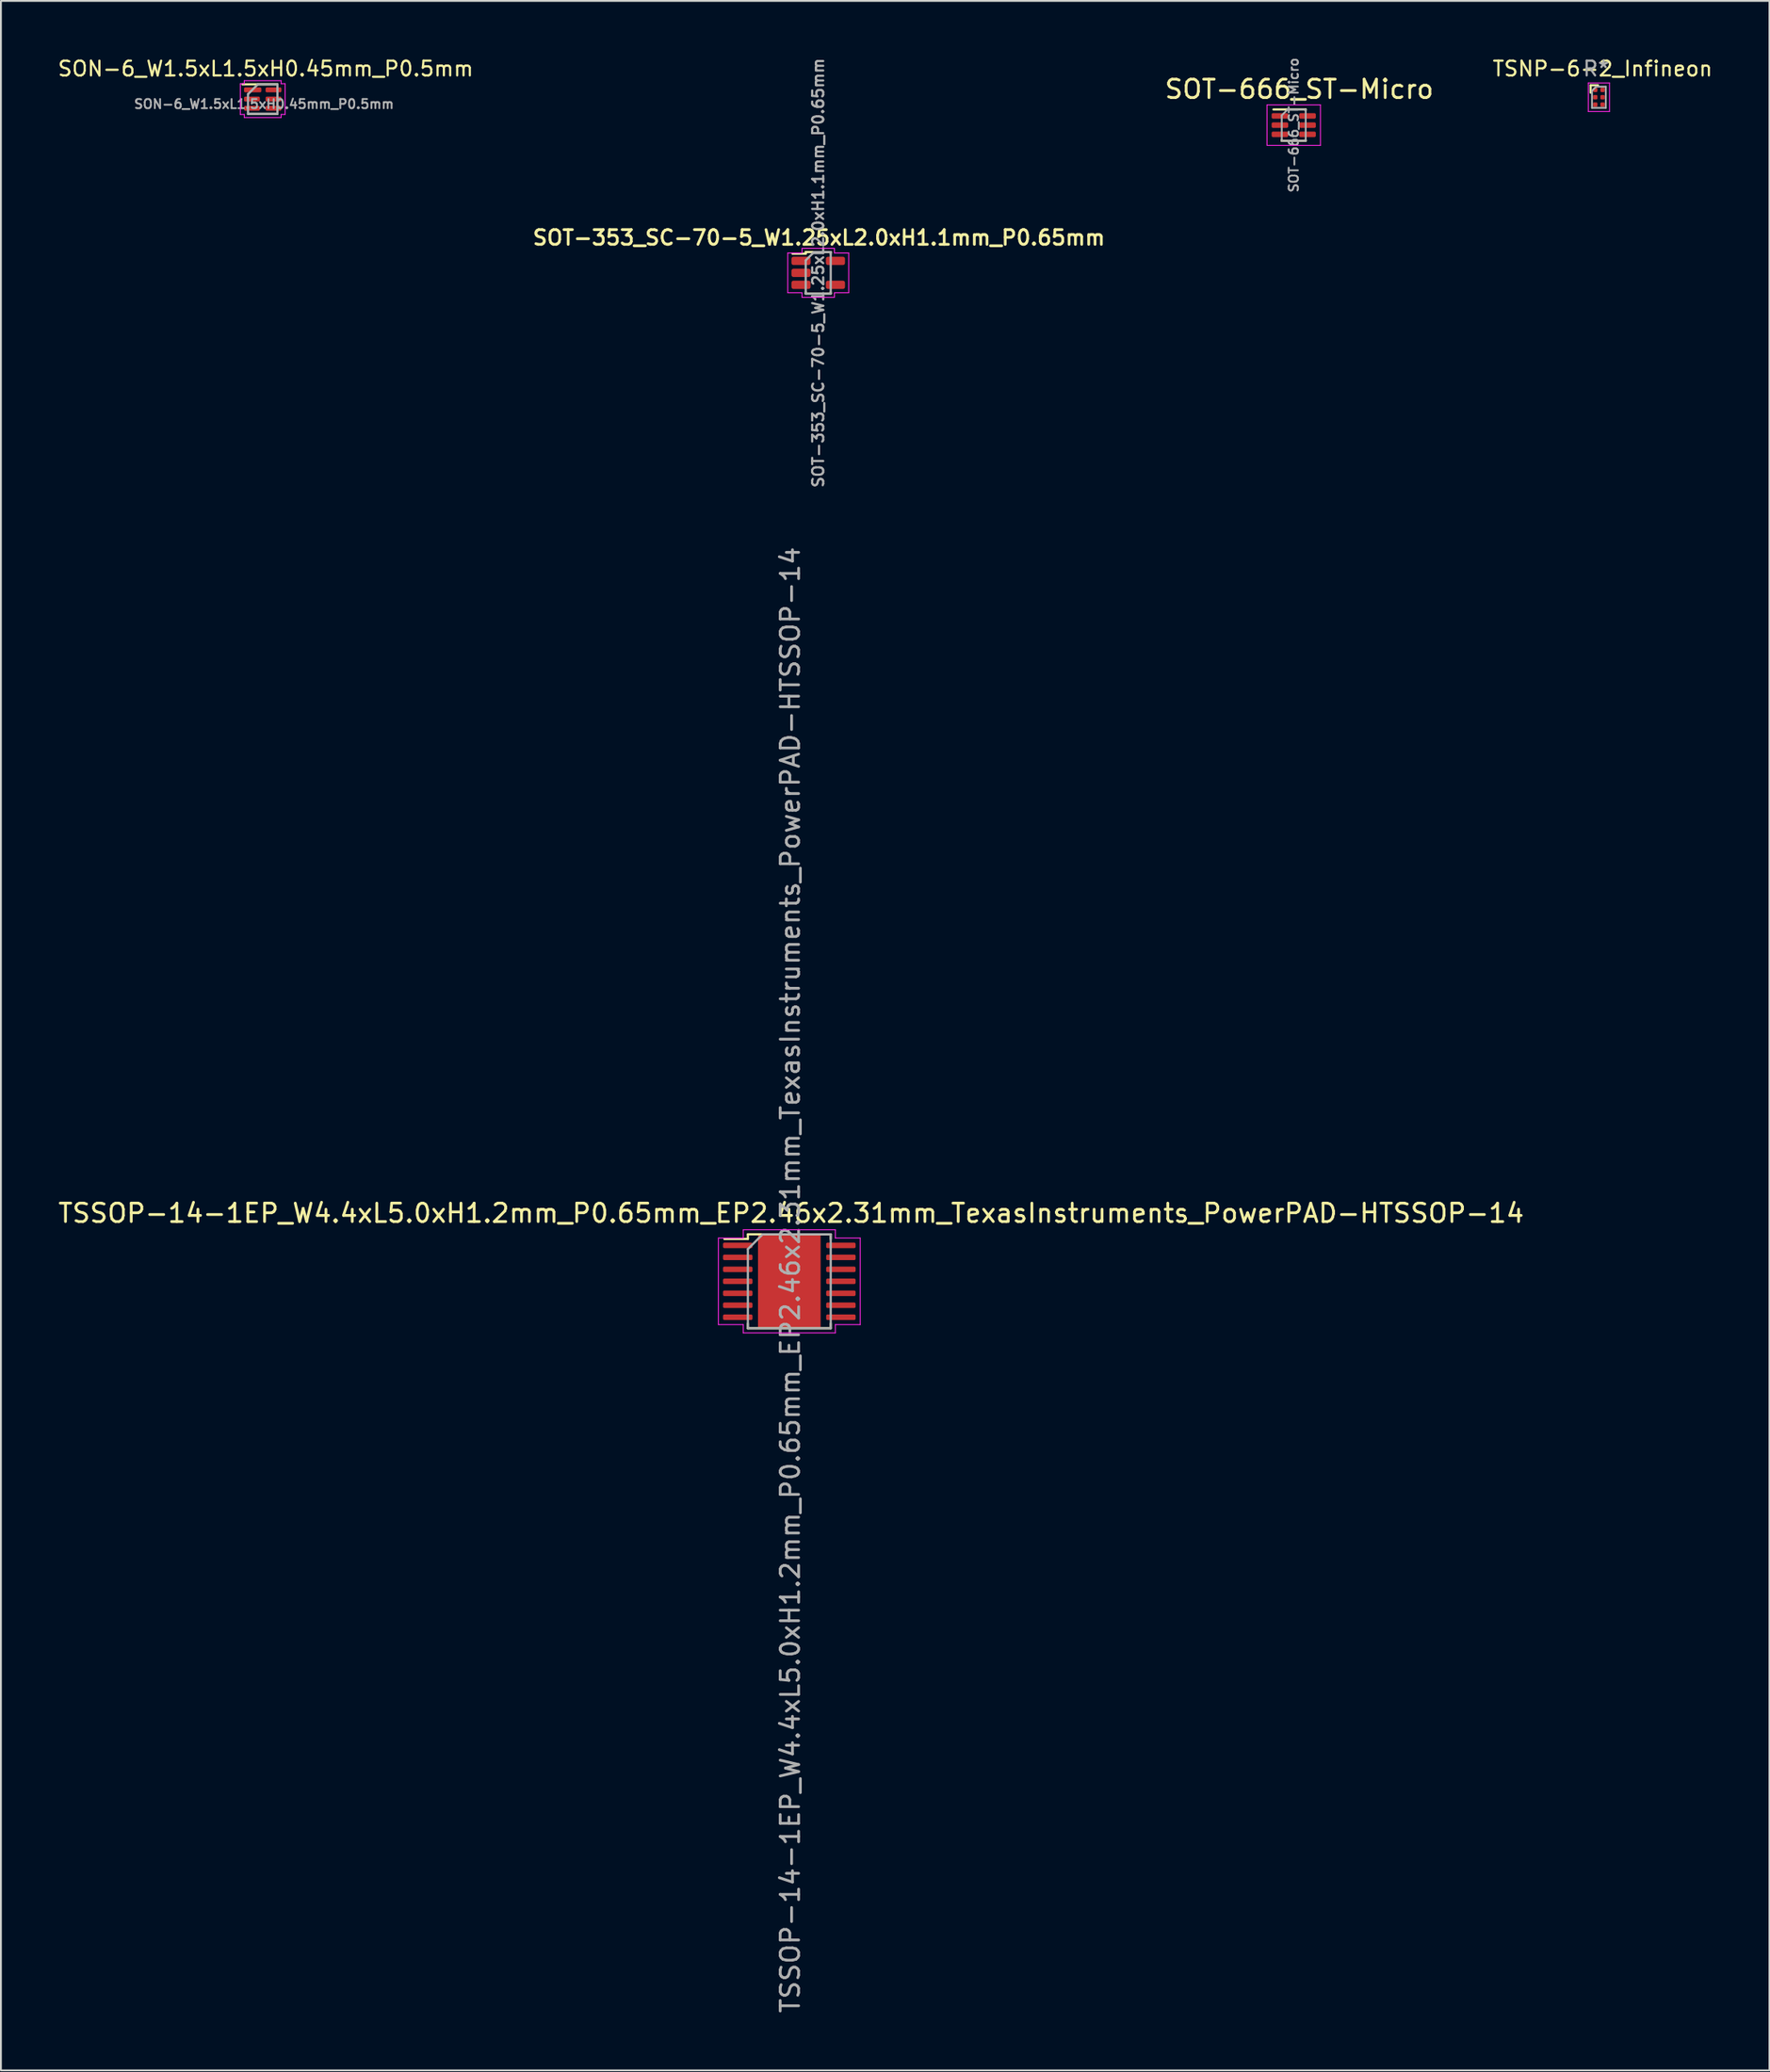
<source format=kicad_pcb>
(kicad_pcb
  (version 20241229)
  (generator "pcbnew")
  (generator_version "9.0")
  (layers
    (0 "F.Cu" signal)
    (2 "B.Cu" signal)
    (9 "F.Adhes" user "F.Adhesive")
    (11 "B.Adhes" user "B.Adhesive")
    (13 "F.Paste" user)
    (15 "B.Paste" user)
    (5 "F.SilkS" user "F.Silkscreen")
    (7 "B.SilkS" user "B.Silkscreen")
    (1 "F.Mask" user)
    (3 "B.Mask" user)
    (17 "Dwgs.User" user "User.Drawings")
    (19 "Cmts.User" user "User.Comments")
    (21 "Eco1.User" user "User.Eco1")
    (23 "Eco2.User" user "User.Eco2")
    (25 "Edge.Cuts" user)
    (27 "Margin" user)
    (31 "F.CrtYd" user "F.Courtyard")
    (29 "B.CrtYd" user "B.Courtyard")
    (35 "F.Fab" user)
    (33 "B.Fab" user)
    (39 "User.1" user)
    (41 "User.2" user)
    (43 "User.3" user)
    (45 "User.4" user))
  (footprint "TSSOP-14-1EP_W4.4xL5.0xH1.2mm_P0.65mm_EP2.46x2.31mm_TexasInstruments_PowerPAD-HTSSOP-14"
    (layer "F.Cu")
    (at 39.811 66.511)
    (property "Reference" "TSSOP-14-1EP_W4.4xL5.0xH1.2mm_P0.65mm_EP2.46x2.31mm_TexasInstruments_PowerPAD-HTSSOP-14" (at 0.1 -3.7 0) (unlocked yes) (layer "F.SilkS") (effects (font (size 1 1) (thickness 0.15))))
    (attr smd)
    (fp_line (start -2.25 -2.55) (end 2.25 -2.55) (stroke (width 0.12) (type solid)) (layer "F.SilkS"))
    (fp_line (start -2.25 -2.3) (end -3.525 -2.3) (stroke (width 0.12) (type solid)) (layer "F.SilkS"))
    (fp_line (start -2.25 -2.3) (end -2.25 -2.55) (stroke (width 0.12) (type solid)) (layer "F.SilkS"))
    (fp_line (start -2.25 2.3) (end -2.25 2.55) (stroke (width 0.12) (type solid)) (layer "F.SilkS"))
    (fp_line (start 2.25 -2.55) (end 2.25 -2.3) (stroke (width 0.12) (type solid)) (layer "F.SilkS"))
    (fp_line (start 2.25 2.3) (end 2.25 2.55) (stroke (width 0.12) (type solid)) (layer "F.SilkS"))
    (fp_line (start 2.25 2.55) (end -2.25 2.55) (stroke (width 0.12) (type solid)) (layer "F.SilkS"))
    (fp_line (start -3.85 -2.35) (end -2.5 -2.35) (stroke (width 0.05) (type solid)) (layer "F.CrtYd"))
    (fp_line (start -3.85 2.35) (end -3.85 -2.35) (stroke (width 0.05) (type solid)) (layer "F.CrtYd"))
    (fp_line (start -2.5 -2.8) (end 2.5 -2.8) (stroke (width 0.05) (type solid)) (layer "F.CrtYd"))
    (fp_line (start -2.5 -2.35) (end -2.5 -2.8) (stroke (width 0.05) (type solid)) (layer "F.CrtYd"))
    (fp_line (start -2.5 2.35) (end -3.85 2.35) (stroke (width 0.05) (type solid)) (layer "F.CrtYd"))
    (fp_line (start -2.5 2.8) (end -2.5 2.35) (stroke (width 0.05) (type solid)) (layer "F.CrtYd"))
    (fp_line (start 2.5 -2.8) (end 2.5 -2.35) (stroke (width 0.05) (type solid)) (layer "F.CrtYd"))
    (fp_line (start 2.5 -2.35) (end 3.85 -2.35) (stroke (width 0.05) (type solid)) (layer "F.CrtYd"))
    (fp_line (start 2.5 2.35) (end 2.5 2.8) (stroke (width 0.05) (type solid)) (layer "F.CrtYd"))
    (fp_line (start 2.5 2.8) (end -2.5 2.8) (stroke (width 0.05) (type solid)) (layer "F.CrtYd"))
    (fp_line (start 3.85 -2.35) (end 3.85 2.35) (stroke (width 0.05) (type solid)) (layer "F.CrtYd"))
    (fp_line (start 3.85 2.35) (end 2.5 2.35) (stroke (width 0.05) (type solid)) (layer "F.CrtYd"))
    (fp_line (start -2.25 -1.75) (end -1.45 -2.55) (stroke (width 0.12) (type solid)) (layer "F.Fab"))
    (fp_line (start -2.25 2.55) (end -2.25 -1.75) (stroke (width 0.12) (type solid)) (layer "F.Fab"))
    (fp_line (start -1.45 -2.55) (end 2.25 -2.55) (stroke (width 0.12) (type solid)) (layer "F.Fab"))
    (fp_line (start 2.25 -2.55) (end 2.25 2.55) (stroke (width 0.12) (type solid)) (layer "F.Fab"))
    (fp_line (start 2.25 2.55) (end -2.25 2.55) (stroke (width 0.12) (type solid)) (layer "F.Fab"))
    (fp_text user "${REFERENCE}" (at 0.05 -0.075 90) (layer "F.Fab") (effects (font (size 1 1) (thickness 0.15))))
    (pad "" smd roundrect (at 0 0 270) (size 2.31 2.46) (layers "F.Mask" "F.Paste") (roundrect_rratio 0.1))
    (pad "1" smd roundrect (at -2.8 -1.95 270) (size 0.3 1.6) (layers "F.Cu" "F.Mask" "F.Paste") (roundrect_rratio 0.25))
    (pad "2" smd roundrect (at -2.8 -1.3 270) (size 0.3 1.6) (layers "F.Cu" "F.Mask" "F.Paste") (roundrect_rratio 0.25))
    (pad "3" smd roundrect (at -2.8 -0.65 270) (size 0.3 1.6) (layers "F.Cu" "F.Mask" "F.Paste") (roundrect_rratio 0.25))
    (pad "4" smd roundrect (at -2.8 0 270) (size 0.3 1.6) (layers "F.Cu" "F.Mask" "F.Paste") (roundrect_rratio 0.25))
    (pad "5" smd roundrect (at -2.8 0.65 270) (size 0.3 1.6) (layers "F.Cu" "F.Mask" "F.Paste") (roundrect_rratio 0.25))
    (pad "6" smd roundrect (at -2.8 1.3 270) (size 0.3 1.6) (layers "F.Cu" "F.Mask" "F.Paste") (roundrect_rratio 0.25))
    (pad "7" smd roundrect (at -2.8 1.95 270) (size 0.3 1.6) (layers "F.Cu" "F.Mask" "F.Paste") (roundrect_rratio 0.25))
    (pad "8" smd roundrect (at 2.8 1.95 270) (size 0.3 1.6) (layers "F.Cu" "F.Mask" "F.Paste") (roundrect_rratio 0.25))
    (pad "9" smd roundrect (at 2.8 1.3 270) (size 0.3 1.6) (layers "F.Cu" "F.Mask" "F.Paste") (roundrect_rratio 0.25))
    (pad "10" smd roundrect (at 2.8 0.65 270) (size 0.3 1.6) (layers "F.Cu" "F.Mask" "F.Paste") (roundrect_rratio 0.25))
    (pad "11" smd roundrect (at 2.8 0 270) (size 0.3 1.6) (layers "F.Cu" "F.Mask" "F.Paste") (roundrect_rratio 0.25))
    (pad "12" smd roundrect (at 2.8 -0.65 270) (size 0.3 1.6) (layers "F.Cu" "F.Mask" "F.Paste") (roundrect_rratio 0.25))
    (pad "13" smd roundrect (at 2.8 -1.3 270) (size 0.3 1.6) (layers "F.Cu" "F.Mask" "F.Paste") (roundrect_rratio 0.25))
    (pad "14" smd roundrect (at 2.8 -1.95 270) (size 0.3 1.6) (layers "F.Cu" "F.Mask" "F.Paste") (roundrect_rratio 0.25))
    (pad "15" smd rect (at 0 0 270) (size 5 3.4) (layers "F.Cu")))
  (footprint "SOT-353_SC-70-5_W1.25xL2.0xH1.1mm_P0.65mm"
    (layer "F.Cu")
    (at 41.381 11.763)
    (property "Reference" "SOT-353_SC-70-5_W1.25xL2.0xH1.1mm_P0.65mm" (at 0.04 -1.91 0) (layer "F.SilkS") (effects (font (size 0.8 0.8) (thickness 0.15))))
    (attr smd)
    (fp_line (start -0.68 -1.13) (end 0.68 -1.13) (stroke (width 0.12) (type solid)) (layer "F.SilkS"))
    (fp_line (start -0.68 -1.04) (end -1.395 -1.04) (stroke (width 0.12) (type solid)) (layer "F.SilkS"))
    (fp_line (start -0.68 -1.04) (end -0.68 -1.13) (stroke (width 0.12) (type solid)) (layer "F.SilkS"))
    (fp_line (start -0.68 1.13) (end -0.68 1.04) (stroke (width 0.12) (type solid)) (layer "F.SilkS"))
    (fp_line (start -0.68 1.13) (end 0.68 1.13) (stroke (width 0.12) (type solid)) (layer "F.SilkS"))
    (fp_line (start 0.68 -1.04) (end 0.68 -1.13) (stroke (width 0.12) (type solid)) (layer "F.SilkS"))
    (fp_line (start 0.68 1.13) (end 0.68 1.04) (stroke (width 0.12) (type solid)) (layer "F.SilkS"))
    (fp_line (start -1.655 -1.08) (end -1.655 1.08) (stroke (width 0.05) (type solid)) (layer "F.CrtYd"))
    (fp_line (start -1.655 1.08) (end -0.88 1.08) (stroke (width 0.05) (type solid)) (layer "F.CrtYd"))
    (fp_line (start -0.88 -1.33) (end -0.88 -1.08) (stroke (width 0.05) (type solid)) (layer "F.CrtYd"))
    (fp_line (start -0.88 -1.08) (end -1.655 -1.08) (stroke (width 0.05) (type solid)) (layer "F.CrtYd"))
    (fp_line (start -0.88 1.08) (end -0.88 1.33) (stroke (width 0.05) (type solid)) (layer "F.CrtYd"))
    (fp_line (start -0.88 1.33) (end 0.88 1.33) (stroke (width 0.05) (type solid)) (layer "F.CrtYd"))
    (fp_line (start 0.88 -1.33) (end -0.88 -1.33) (stroke (width 0.05) (type solid)) (layer "F.CrtYd"))
    (fp_line (start 0.88 -1.08) (end 0.88 -1.33) (stroke (width 0.05) (type solid)) (layer "F.CrtYd"))
    (fp_line (start 0.88 1.08) (end 1.655 1.08) (stroke (width 0.05) (type solid)) (layer "F.CrtYd"))
    (fp_line (start 0.88 1.33) (end 0.88 1.08) (stroke (width 0.05) (type solid)) (layer "F.CrtYd"))
    (fp_line (start 1.655 -1.08) (end 0.88 -1.08) (stroke (width 0.05) (type solid)) (layer "F.CrtYd"))
    (fp_line (start 1.655 1.08) (end 1.655 -1.08) (stroke (width 0.05) (type solid)) (layer "F.CrtYd"))
    (fp_line (start -0.68 -0.677) (end -0.227 -1.13) (stroke (width 0.12) (type solid)) (layer "F.Fab"))
    (fp_line (start -0.68 1.13) (end -0.68 -0.677) (stroke (width 0.12) (type solid)) (layer "F.Fab"))
    (fp_line (start -0.227 -1.13) (end 0.68 -1.13) (stroke (width 0.12) (type solid)) (layer "F.Fab"))
    (fp_line (start 0.68 -1.13) (end 0.68 1.13) (stroke (width 0.12) (type solid)) (layer "F.Fab"))
    (fp_line (start 0.68 1.13) (end -0.68 1.13) (stroke (width 0.12) (type solid)) (layer "F.Fab"))
    (fp_text user "${REFERENCE}" (at 0 0 90) (layer "F.Fab") (effects (font (size 0.6 0.6) (thickness 0.12))))
    (pad "1" smd roundrect (at -0.935 -0.65) (size 1.04 0.45) (layers "F.Cu" "F.Mask" "F.Paste") (roundrect_rratio 0.25))
    (pad "2" smd roundrect (at -0.935 0) (size 1.04 0.45) (layers "F.Cu" "F.Mask" "F.Paste") (roundrect_rratio 0.25))
    (pad "3" smd roundrect (at -0.935 0.65) (size 1.04 0.45) (layers "F.Cu" "F.Mask" "F.Paste") (roundrect_rratio 0.25))
    (pad "4" smd roundrect (at 0.935 0.65) (size 1.04 0.45) (layers "F.Cu" "F.Mask" "F.Paste") (roundrect_rratio 0.25))
    (pad "5" smd roundrect (at 0.935 -0.65) (size 1.04 0.45) (layers "F.Cu" "F.Mask" "F.Paste") (roundrect_rratio 0.25)))
  (footprint "SON-6_W1.5xL1.5xH0.45mm_P0.5mm"
    (layer "F.Cu")
    (at 11.216 2.329)
    (property "Reference" "SON-6_W1.5xL1.5xH0.45mm_P0.5mm" (at 0.16 -1.65 0) (layer "F.SilkS") (effects (font (size 0.8 0.8) (thickness 0.12))))
    (attr smd)
    (fp_line (start -1.1 -0.8) (end 0.8 -0.8) (stroke (width 0.12) (type solid)) (layer "F.SilkS"))
    (fp_line (start -0.8 0.8) (end 0.8 0.8) (stroke (width 0.12) (type solid)) (layer "F.SilkS"))
    (fp_line (start -1.215 -0.835) (end -1.215 0.835) (stroke (width 0.05) (type solid)) (layer "F.CrtYd"))
    (fp_line (start -1.215 0.835) (end -1 0.835) (stroke (width 0.05) (type solid)) (layer "F.CrtYd"))
    (fp_line (start -1 -1) (end -1 -0.835) (stroke (width 0.05) (type solid)) (layer "F.CrtYd"))
    (fp_line (start -1 -0.835) (end -1.215 -0.835) (stroke (width 0.05) (type solid)) (layer "F.CrtYd"))
    (fp_line (start -1 0.835) (end -1 1) (stroke (width 0.05) (type solid)) (layer "F.CrtYd"))
    (fp_line (start -1 1) (end 1 1) (stroke (width 0.05) (type solid)) (layer "F.CrtYd"))
    (fp_line (start 1 -1) (end -1 -1) (stroke (width 0.05) (type solid)) (layer "F.CrtYd"))
    (fp_line (start 1 -0.835) (end 1 -1) (stroke (width 0.05) (type solid)) (layer "F.CrtYd"))
    (fp_line (start 1 0.835) (end 1.215 0.835) (stroke (width 0.05) (type solid)) (layer "F.CrtYd"))
    (fp_line (start 1 1) (end 1 0.835) (stroke (width 0.05) (type solid)) (layer "F.CrtYd"))
    (fp_line (start 1.215 -0.835) (end 1 -0.835) (stroke (width 0.05) (type solid)) (layer "F.CrtYd"))
    (fp_line (start 1.215 0.835) (end 1.215 -0.835) (stroke (width 0.05) (type solid)) (layer "F.CrtYd"))
    (fp_line (start -0.8 -0.267) (end -0.267 -0.8) (stroke (width 0.12) (type solid)) (layer "F.Fab"))
    (fp_line (start -0.8 0.8) (end -0.8 -0.267) (stroke (width 0.12) (type solid)) (layer "F.Fab"))
    (fp_line (start -0.267 -0.8) (end 0.8 -0.8) (stroke (width 0.12) (type solid)) (layer "F.Fab"))
    (fp_line (start 0.8 -0.8) (end 0.8 0.8) (stroke (width 0.12) (type solid)) (layer "F.Fab"))
    (fp_line (start 0.8 0.8) (end -0.8 0.8) (stroke (width 0.12) (type solid)) (layer "F.Fab"))
    (fp_text user "${REFERENCE}" (at 0.07 0.27 180) (layer "F.Fab") (effects (font (size 0.5 0.5) (thickness 0.1))))
    (pad "1" smd roundrect (at -0.545 -0.5) (size 0.94 0.27) (layers "F.Cu" "F.Mask" "F.Paste") (roundrect_rratio 0.259))
    (pad "2" smd roundrect (at -0.585 0) (size 0.86 0.27) (layers "F.Cu" "F.Mask" "F.Paste") (roundrect_rratio 0.259))
    (pad "3" smd roundrect (at -0.585 0.5) (size 0.86 0.27) (layers "F.Cu" "F.Mask" "F.Paste") (roundrect_rratio 0.259))
    (pad "4" smd roundrect (at 0.585 0.5) (size 0.86 0.27) (layers "F.Cu" "F.Mask" "F.Paste") (roundrect_rratio 0.259))
    (pad "5" smd roundrect (at 0.585 0) (size 0.86 0.27) (layers "F.Cu" "F.Mask" "F.Paste") (roundrect_rratio 0.259))
    (pad "6" smd roundrect (at 0.585 -0.5) (size 0.86 0.27) (layers "F.Cu" "F.Mask" "F.Paste") (roundrect_rratio 0.259)))
  (footprint "SOT-666_ST-Micro"
    (layer "F.Cu")
    (at 67.201 3.743)
    (property "Reference" "SOT-666_ST-Micro" (at 0.3 -1.95 0) (unlocked yes) (layer "F.SilkS") (effects (font (size 1 1) (thickness 0.15))))
    (attr smd)
    (fp_line (start -0.65 0.8) (end -0.65 0.85) (stroke (width 0.12) (type solid)) (layer "F.SilkS"))
    (fp_line (start -0.65 0.85) (end 0.65 0.85) (stroke (width 0.12) (type solid)) (layer "F.SilkS"))
    (fp_line (start 0.65 -0.85) (end -1.1 -0.85) (stroke (width 0.12) (type solid)) (layer "F.SilkS"))
    (fp_line (start 0.65 -0.85) (end 0.65 -0.8) (stroke (width 0.12) (type solid)) (layer "F.SilkS"))
    (fp_line (start 0.65 0.8) (end 0.65 0.85) (stroke (width 0.12) (type solid)) (layer "F.SilkS"))
    (fp_line (start -1.45 -1.1) (end -1.45 1.1) (stroke (width 0.05) (type solid)) (layer "F.CrtYd"))
    (fp_line (start -1.45 -1.1) (end 1.45 -1.1) (stroke (width 0.05) (type solid)) (layer "F.CrtYd"))
    (fp_line (start -1.45 1.1) (end 1.45 1.1) (stroke (width 0.05) (type solid)) (layer "F.CrtYd"))
    (fp_line (start 1.45 1.1) (end 1.45 -1.1) (stroke (width 0.05) (type solid)) (layer "F.CrtYd"))
    (fp_line (start -0.65 -0.53) (end -0.65 0.85) (stroke (width 0.1) (type solid)) (layer "F.Fab"))
    (fp_line (start -0.65 -0.53) (end -0.33 -0.85) (stroke (width 0.1) (type solid)) (layer "F.Fab"))
    (fp_line (start 0.65 -0.85) (end -0.33 -0.85) (stroke (width 0.1) (type solid)) (layer "F.Fab"))
    (fp_line (start 0.65 -0.85) (end 0.65 0.85) (stroke (width 0.1) (type solid)) (layer "F.Fab"))
    (fp_line (start 0.65 0.85) (end -0.65 0.85) (stroke (width 0.1) (type solid)) (layer "F.Fab"))
    (fp_text user "${REFERENCE}" (at 0 0 90) (layer "F.Fab") (effects (font (size 0.5 0.5) (thickness 0.1))))
    (pad "1" smd roundrect (at -0.75 -0.5) (size 0.9 0.3) (layers "F.Cu" "F.Mask" "F.Paste") (roundrect_rratio 0.25))
    (pad "2" smd roundrect (at -0.75 0) (size 0.9 0.3) (layers "F.Cu" "F.Mask" "F.Paste") (roundrect_rratio 0.25))
    (pad "3" smd roundrect (at -0.75 0.5) (size 0.9 0.3) (layers "F.Cu" "F.Mask" "F.Paste") (roundrect_rratio 0.25))
    (pad "4" smd roundrect (at 0.75 0.5) (size 0.9 0.3) (layers "F.Cu" "F.Mask" "F.Paste") (roundrect_rratio 0.25))
    (pad "5" smd roundrect (at 0.75 0) (size 0.9 0.3) (layers "F.Cu" "F.Mask" "F.Paste") (roundrect_rratio 0.25))
    (pad "6" smd roundrect (at 0.75 -0.5) (size 0.9 0.3) (layers "F.Cu" "F.Mask" "F.Paste") (roundrect_rratio 0.25)))
  (footprint "TSNP-6-2_Infineon"
    (layer "F.Cu")
    (at 83.773 2.229)
    (property "Reference" "TSNP-6-2_Infineon" (at 0.2 -1.55 0) (layer "F.SilkS") (effects (font (size 0.8 0.8) (thickness 0.12))))
    (attr smd)
    (fp_poly (pts (xy 0.35 0.55) (xy -0.35 0.55) (xy -0.35 -0.55) (xy 0.35 -0.55)) (stroke (width 0.05) (type solid)) (fill yes) (layer "F.Mask"))
    (fp_line (start -0.45 -0.65) (end -0.05 -0.65) (stroke (width 0.12) (type solid)) (layer "F.SilkS"))
    (fp_line (start -0.45 -0.25) (end -0.45 -0.65) (stroke (width 0.12) (type solid)) (layer "F.SilkS"))
    (fp_line (start -0.575 -0.775) (end 0.575 -0.775) (stroke (width 0.05) (type solid)) (layer "F.CrtYd"))
    (fp_line (start -0.575 0.775) (end -0.575 -0.775) (stroke (width 0.05) (type solid)) (layer "F.CrtYd"))
    (fp_line (start 0.575 -0.775) (end 0.575 0.775) (stroke (width 0.05) (type solid)) (layer "F.CrtYd"))
    (fp_line (start 0.575 0.775) (end -0.575 0.775) (stroke (width 0.05) (type solid)) (layer "F.CrtYd"))
    (fp_line (start -0.375 0.575) (end -0.375 -0.35) (stroke (width 0.1) (type solid)) (layer "F.Fab"))
    (fp_line (start -0.15 -0.575) (end -0.375 -0.35) (stroke (width 0.1) (type solid)) (layer "F.Fab"))
    (fp_line (start -0.15 -0.575) (end 0.375 -0.575) (stroke (width 0.1) (type solid)) (layer "F.Fab"))
    (fp_line (start 0.375 -0.575) (end 0.375 0.575) (stroke (width 0.1) (type solid)) (layer "F.Fab"))
    (fp_line (start 0.375 0.575) (end -0.375 0.575) (stroke (width 0.1) (type solid)) (layer "F.Fab"))
    (fp_text user "R*" (at -0.15 -1.55 0) (layer "F.Fab") (effects (font (size 0.8 0.8) (thickness 0.12))))
    (pad "1" smd roundrect (at -0.2 -0.4) (size 0.24 0.24) (layers "F.Cu" "F.Mask" "F.Paste") (roundrect_rratio 0.25))
    (pad "2" smd roundrect (at -0.2 0) (size 0.24 0.24) (layers "F.Cu" "F.Mask" "F.Paste") (roundrect_rratio 0.25))
    (pad "3" smd roundrect (at -0.2 0.4) (size 0.24 0.24) (layers "F.Cu" "F.Mask" "F.Paste") (roundrect_rratio 0.25))
    (pad "4" smd roundrect (at 0.2 0.4) (size 0.24 0.24) (layers "F.Cu" "F.Mask" "F.Paste") (roundrect_rratio 0.25))
    (pad "5" smd roundrect (at 0.2 0) (size 0.24 0.24) (layers "F.Cu" "F.Mask" "F.Paste") (roundrect_rratio 0.25))
    (pad "6" smd roundrect (at 0.2 -0.4) (size 0.24 0.24) (layers "F.Cu" "F.Mask" "F.Paste") (roundrect_rratio 0.25)))
  (gr_rect
    (start -3 -3)
    (end 93.035 109.347)
    (stroke (width 0.1) (type default))
    (fill no)
    (layer "Edge.Cuts")))
</source>
